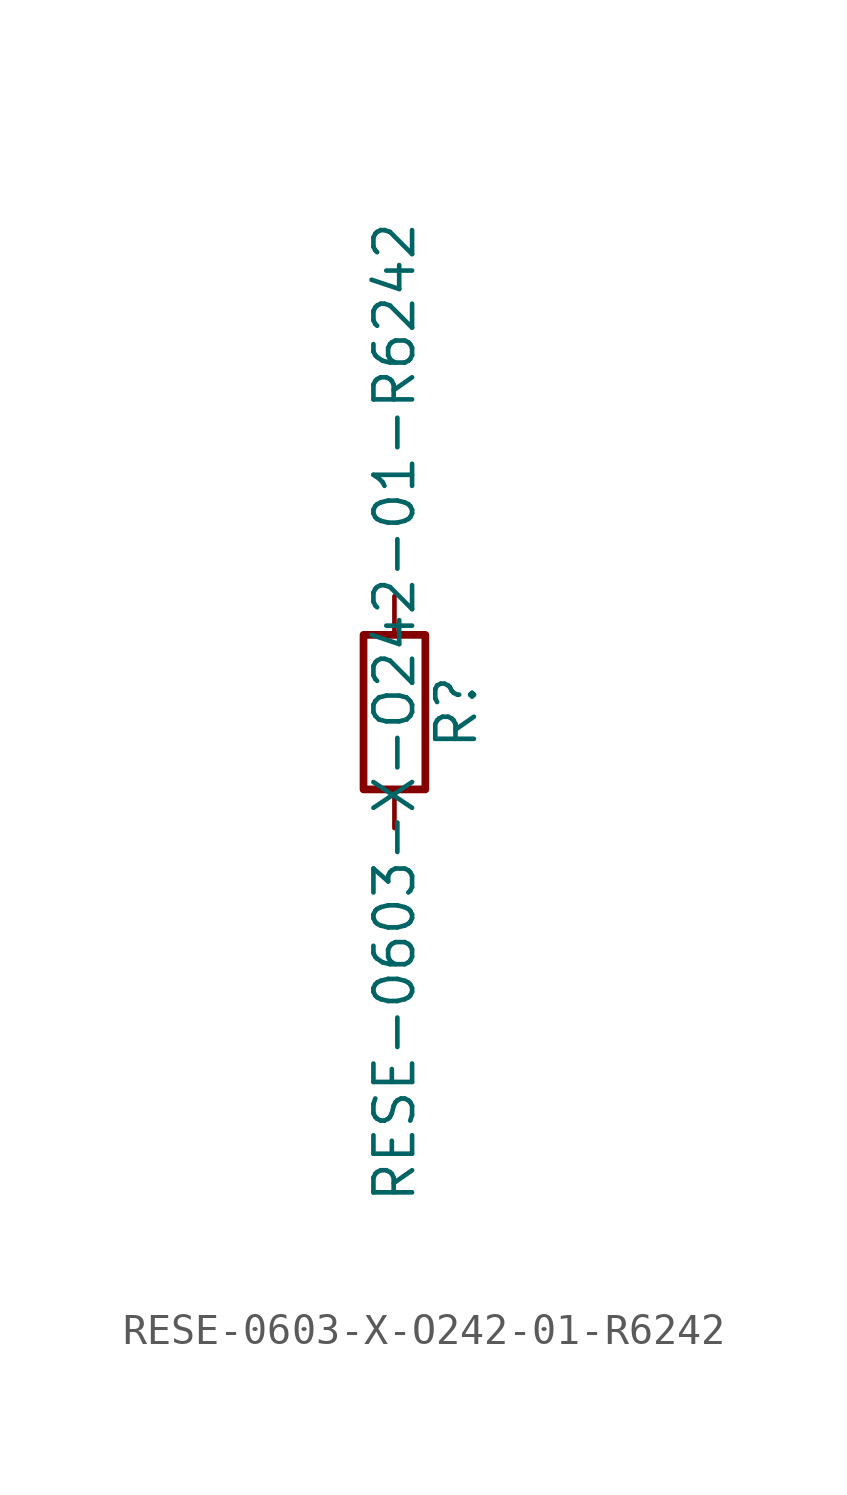
<source format=kicad_sym>
(kicad_symbol_lib
  (version 20211014)
  (generator kicad_symbol_editor)
  (symbol "RESE-0603-X-O242-01-R6242"
    (pin_numbers hide)
    (pin_names
      (offset 0))
    (property "Reference" "R"
      (at 2.032 0 90)
      (effects (font (size 1.27 1.27))))
    (property "Value" "RESE-0603-X-O242-01-R6242"
      (at 0 0 90)
      (effects (font (size 1.27 1.27))))
    (symbol "RESE-0603-X-O242-01-R6242_0_1"
      (rectangle (start -1.016 -2.54) (end 1.016 2.54) (stroke (width 0.254) (type default) (color 0 0 0 0)) (fill (type none))))
    (symbol "RESE-0603-X-O242-01-R6242_1_1"
      (pin passive line (at 0 3.81 270) (length 1.27) (name "~" (effects (font (size 1.27 1.27)))) (number "1" (effects (font (size 1.27 1.27)))))
      (pin passive line (at 0 -3.81 90) (length 1.27) (name "~" (effects (font (size 1.27 1.27)))) (number "2" (effects (font (size 1.27 1.27))))))))
</source>
